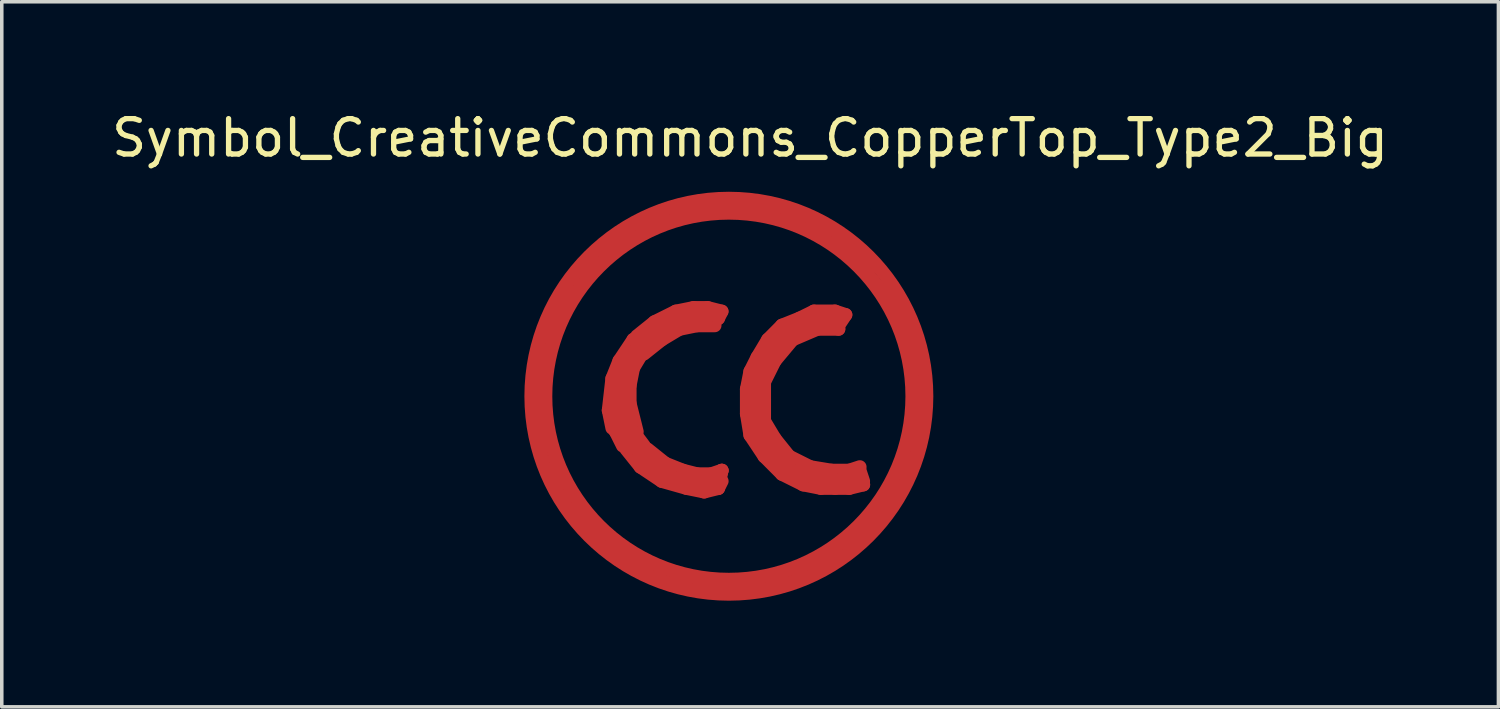
<source format=kicad_pcb>
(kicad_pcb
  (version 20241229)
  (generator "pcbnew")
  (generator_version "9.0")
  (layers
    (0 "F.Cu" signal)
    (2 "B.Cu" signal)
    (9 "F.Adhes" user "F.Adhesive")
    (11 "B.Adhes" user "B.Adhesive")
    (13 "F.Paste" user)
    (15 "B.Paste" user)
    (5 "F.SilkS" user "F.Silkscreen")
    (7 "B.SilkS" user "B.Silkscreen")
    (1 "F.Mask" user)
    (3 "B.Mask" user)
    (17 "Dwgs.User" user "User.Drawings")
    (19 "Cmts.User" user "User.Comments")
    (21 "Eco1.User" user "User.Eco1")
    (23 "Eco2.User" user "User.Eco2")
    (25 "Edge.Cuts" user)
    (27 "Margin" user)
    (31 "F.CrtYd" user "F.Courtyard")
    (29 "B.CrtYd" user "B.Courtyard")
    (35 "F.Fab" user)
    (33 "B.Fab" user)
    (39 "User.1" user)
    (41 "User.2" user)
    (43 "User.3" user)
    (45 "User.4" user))
  (footprint "Symbol_CreativeCommons_CopperTop_Type2_Big"
    (layer "F.Cu")
    (at 17.549 8.148)
    (property "Reference" "Symbol_CreativeCommons_CopperTop_Type2_Big" (at 0.599 -7.3 0) (layer "F.SilkS") (effects (font (size 1 1) (thickness 0.15))))
    (attr exclude_from_pos_files exclude_from_bom)
    (fp_line (start -5.4 0.099) (end -5.199 1.3) (stroke (width 0.381) (type solid)) (layer "F.Cu"))
    (fp_line (start -5.301 -1.1) (end -5.4 0.099) (stroke (width 0.381) (type solid)) (layer "F.Cu"))
    (fp_line (start -5.199 1.3) (end -4.801 2.4) (stroke (width 0.381) (type solid)) (layer "F.Cu"))
    (fp_line (start -5.001 -2.101) (end -5.301 -1.1) (stroke (width 0.381) (type solid)) (layer "F.Cu"))
    (fp_line (start -4.801 2.4) (end -3.8 3.899) (stroke (width 0.381) (type solid)) (layer "F.Cu"))
    (fp_line (start -4.501 -3) (end -5.001 -2.101) (stroke (width 0.381) (type solid)) (layer "F.Cu"))
    (fp_line (start -4 -3.599) (end -4.501 -3) (stroke (width 0.381) (type solid)) (layer "F.Cu"))
    (fp_line (start -3.8 3.899) (end -2.601 4.801) (stroke (width 0.381) (type solid)) (layer "F.Cu"))
    (fp_line (start -3.401 0.399) (end -3.299 0.899) (stroke (width 0.381) (type solid)) (layer "F.Cu"))
    (fp_line (start -3.299 -4.201) (end -4 -3.599) (stroke (width 0.381) (type solid)) (layer "F.Cu"))
    (fp_line (start -3.299 -0.5) (end -3.401 0.399) (stroke (width 0.381) (type solid)) (layer "F.Cu"))
    (fp_line (start -3.299 -0.3) (end -3.299 0.401) (stroke (width 0.381) (type solid)) (layer "F.Cu"))
    (fp_line (start -3.299 0.401) (end -3.2 1.001) (stroke (width 0.381) (type solid)) (layer "F.Cu"))
    (fp_line (start -3.299 0.8) (end -3 1.4) (stroke (width 0.381) (type solid)) (layer "F.Cu"))
    (fp_line (start -3.099 -1.001) (end -3.299 -0.5) (stroke (width 0.381) (type solid)) (layer "F.Cu"))
    (fp_line (start -3.099 -0.899) (end -3.299 -0.3) (stroke (width 0.381) (type solid)) (layer "F.Cu"))
    (fp_line (start -3.099 0) (end -3 -0.599) (stroke (width 0.381) (type solid)) (layer "F.Cu"))
    (fp_line (start -3 -0.8) (end -2.7 -1.3) (stroke (width 0.381) (type solid)) (layer "F.Cu"))
    (fp_line (start -3 0.701) (end -3.099 0) (stroke (width 0.381) (type solid)) (layer "F.Cu"))
    (fp_line (start -2.997 1.199) (end -2.598 1.199) (stroke (width 0.381) (type solid)) (layer "F.Cu"))
    (fp_line (start -2.898 1.499) (end -2.497 1.999) (stroke (width 0.381) (type solid)) (layer "F.Cu"))
    (fp_line (start -2.799 -0.3) (end -2.799 0.201) (stroke (width 0.381) (type solid)) (layer "F.Cu"))
    (fp_line (start -2.799 0.201) (end -2.598 1.001) (stroke (width 0.381) (type solid)) (layer "F.Cu"))
    (fp_line (start -2.799 1.4) (end -3 0.701) (stroke (width 0.381) (type solid)) (layer "F.Cu"))
    (fp_line (start -2.7 -4.699) (end -3.299 -4.201) (stroke (width 0.381) (type solid)) (layer "F.Cu"))
    (fp_line (start -2.7 -1.6) (end -3.099 -1.001) (stroke (width 0.381) (type solid)) (layer "F.Cu"))
    (fp_line (start -2.7 -1.1) (end -2.2 -1.6) (stroke (width 0.381) (type solid)) (layer "F.Cu"))
    (fp_line (start -2.7 -0.8) (end -2.799 -0.3) (stroke (width 0.381) (type solid)) (layer "F.Cu"))
    (fp_line (start -2.697 1.001) (end -2.398 1.4) (stroke (width 0.381) (type solid)) (layer "F.Cu"))
    (fp_line (start -2.601 4.801) (end -1.3 5.301) (stroke (width 0.381) (type solid)) (layer "F.Cu"))
    (fp_line (start -2.598 -1.6) (end -3.099 -0.899) (stroke (width 0.381) (type solid)) (layer "F.Cu"))
    (fp_line (start -2.499 -1.699) (end -2.7 -1.6) (stroke (width 0.381) (type solid)) (layer "F.Cu"))
    (fp_line (start -2.497 1.999) (end -1.897 2.4) (stroke (width 0.381) (type solid)) (layer "F.Cu"))
    (fp_line (start -2.4 -1.3) (end -2.7 -0.8) (stroke (width 0.381) (type solid)) (layer "F.Cu"))
    (fp_line (start -2.296 1.499) (end -1.796 1.9) (stroke (width 0.381) (type solid)) (layer "F.Cu"))
    (fp_line (start -2.296 1.798) (end -2.797 1.298) (stroke (width 0.381) (type solid)) (layer "F.Cu"))
    (fp_line (start -2.2 -1.699) (end -1.699 -1.999) (stroke (width 0.381) (type solid)) (layer "F.Cu"))
    (fp_line (start -2.101 -2.098) (end -2.598 -1.699) (stroke (width 0.381) (type solid)) (layer "F.Cu"))
    (fp_line (start -1.999 -4.9) (end -2.7 -4.699) (stroke (width 0.381) (type solid)) (layer "F.Cu"))
    (fp_line (start -1.9 -1.598) (end -2.4 -1.199) (stroke (width 0.381) (type solid)) (layer "F.Cu"))
    (fp_line (start -1.897 2.4) (end -1.196 2.598) (stroke (width 0.381) (type solid)) (layer "F.Cu"))
    (fp_line (start -1.796 1.9) (end -1.298 2.098) (stroke (width 0.381) (type solid)) (layer "F.Cu"))
    (fp_line (start -1.699 -1.999) (end -1.199 -2.2) (stroke (width 0.381) (type solid)) (layer "F.Cu"))
    (fp_line (start -1.598 2.299) (end -2.296 1.798) (stroke (width 0.381) (type solid)) (layer "F.Cu"))
    (fp_line (start -1.499 -2.398) (end -2.101 -2.098) (stroke (width 0.381) (type solid)) (layer "F.Cu"))
    (fp_line (start -1.4 -1.897) (end -1.9 -1.598) (stroke (width 0.381) (type solid)) (layer "F.Cu"))
    (fp_line (start -1.3 -5.1) (end -1.999 -4.9) (stroke (width 0.381) (type solid)) (layer "F.Cu"))
    (fp_line (start -1.3 5.301) (end 0.099 5.301) (stroke (width 0.381) (type solid)) (layer "F.Cu"))
    (fp_line (start -1.298 2.098) (end -0.897 2.2) (stroke (width 0.381) (type solid)) (layer "F.Cu"))
    (fp_line (start -1.199 -2.2) (end -0.699 -2.2) (stroke (width 0.381) (type solid)) (layer "F.Cu"))
    (fp_line (start -1.196 2.598) (end -0.696 2.7) (stroke (width 0.381) (type solid)) (layer "F.Cu"))
    (fp_line (start -1.001 -2.499) (end -1.499 -2.398) (stroke (width 0.381) (type solid)) (layer "F.Cu"))
    (fp_line (start -0.899 -1.999) (end -1.4 -1.897) (stroke (width 0.381) (type solid)) (layer "F.Cu"))
    (fp_line (start -0.897 2.2) (end -0.498 2.2) (stroke (width 0.381) (type solid)) (layer "F.Cu"))
    (fp_line (start -0.897 2.499) (end -1.598 2.299) (stroke (width 0.381) (type solid)) (layer "F.Cu"))
    (fp_line (start -0.701 2.7) (end -0.3 2.601) (stroke (width 0.381) (type solid)) (layer "F.Cu"))
    (fp_line (start -0.699 -2.2) (end -0.3 -2.2) (stroke (width 0.381) (type solid)) (layer "F.Cu"))
    (fp_line (start -0.599 -2.499) (end -1.001 -2.499) (stroke (width 0.381) (type solid)) (layer "F.Cu"))
    (fp_line (start -0.5 -5.4) (end -1.3 -5.1) (stroke (width 0.381) (type solid)) (layer "F.Cu"))
    (fp_line (start -0.498 2.2) (end -0.198 2.098) (stroke (width 0.381) (type solid)) (layer "F.Cu"))
    (fp_line (start -0.399 -1.999) (end -0.899 -1.999) (stroke (width 0.381) (type solid)) (layer "F.Cu"))
    (fp_line (start -0.3 -2.2) (end -0.201 -2.398) (stroke (width 0.381) (type solid)) (layer "F.Cu"))
    (fp_line (start -0.3 2.601) (end -0.201 2.101) (stroke (width 0.381) (type solid)) (layer "F.Cu"))
    (fp_line (start -0.297 2.4) (end -0.897 2.499) (stroke (width 0.381) (type solid)) (layer "F.Cu"))
    (fp_line (start -0.201 -2.398) (end -0.599 -2.499) (stroke (width 0.381) (type solid)) (layer "F.Cu"))
    (fp_line (start -0.198 2.098) (end -0.297 2.4) (stroke (width 0.381) (type solid)) (layer "F.Cu"))
    (fp_line (start -0.198 2.4) (end -0.297 2.598) (stroke (width 0.381) (type solid)) (layer "F.Cu"))
    (fp_line (start 0 -5.4) (end -0.5 -5.4) (stroke (width 0.381) (type solid)) (layer "F.Cu"))
    (fp_line (start 0.099 5.301) (end 1.6 5.199) (stroke (width 0.381) (type solid)) (layer "F.Cu"))
    (fp_line (start 0.503 -0.201) (end 0.503 0.498) (stroke (width 0.381) (type solid)) (layer "F.Cu"))
    (fp_line (start 0.503 0.498) (end 0.602 1.1) (stroke (width 0.381) (type solid)) (layer "F.Cu"))
    (fp_line (start 0.602 -0.701) (end 0.503 -0.201) (stroke (width 0.381) (type solid)) (layer "F.Cu"))
    (fp_line (start 0.602 1.1) (end 1.001 1.699) (stroke (width 0.381) (type solid)) (layer "F.Cu"))
    (fp_line (start 0.701 -0.3) (end 1.001 -1.001) (stroke (width 0.381) (type solid)) (layer "F.Cu"))
    (fp_line (start 0.803 -1.1) (end 0.602 -0.701) (stroke (width 0.381) (type solid)) (layer "F.Cu"))
    (fp_line (start 0.803 0.699) (end 0.701 -0.3) (stroke (width 0.381) (type solid)) (layer "F.Cu"))
    (fp_line (start 1.001 -1.001) (end 1.603 -1.702) (stroke (width 0.381) (type solid)) (layer "F.Cu"))
    (fp_line (start 1.001 -0.401) (end 1.001 0.099) (stroke (width 0.381) (type solid)) (layer "F.Cu"))
    (fp_line (start 1.001 0.099) (end 1.001 0.699) (stroke (width 0.381) (type solid)) (layer "F.Cu"))
    (fp_line (start 1.001 0.699) (end 1.3 1.199) (stroke (width 0.381) (type solid)) (layer "F.Cu"))
    (fp_line (start 1.001 1.699) (end 1.501 2.2) (stroke (width 0.381) (type solid)) (layer "F.Cu"))
    (fp_line (start 1.102 -1.6) (end 0.803 -1.1) (stroke (width 0.381) (type solid)) (layer "F.Cu"))
    (fp_line (start 1.201 1.6) (end 0.803 0.699) (stroke (width 0.381) (type solid)) (layer "F.Cu"))
    (fp_line (start 1.3 -1.001) (end 1.001 -0.401) (stroke (width 0.381) (type solid)) (layer "F.Cu"))
    (fp_line (start 1.3 1.199) (end 1.702 1.699) (stroke (width 0.381) (type solid)) (layer "F.Cu"))
    (fp_line (start 1.4 -5.199) (end 0 -5.301) (stroke (width 0.381) (type solid)) (layer "F.Cu"))
    (fp_line (start 1.501 -2.002) (end 1.102 -1.6) (stroke (width 0.381) (type solid)) (layer "F.Cu"))
    (fp_line (start 1.501 2.2) (end 2.101 2.499) (stroke (width 0.381) (type solid)) (layer "F.Cu"))
    (fp_line (start 1.6 5.199) (end 2.601 4.699) (stroke (width 0.381) (type solid)) (layer "F.Cu"))
    (fp_line (start 1.603 -1.702) (end 2.301 -2.101) (stroke (width 0.381) (type solid)) (layer "F.Cu"))
    (fp_line (start 1.702 1.699) (end 2.301 1.999) (stroke (width 0.381) (type solid)) (layer "F.Cu"))
    (fp_line (start 1.801 -1.6) (end 1.3 -1.001) (stroke (width 0.381) (type solid)) (layer "F.Cu"))
    (fp_line (start 1.801 2.098) (end 1.201 1.6) (stroke (width 0.381) (type solid)) (layer "F.Cu"))
    (fp_line (start 2.002 -2.202) (end 1.501 -2.002) (stroke (width 0.381) (type solid)) (layer "F.Cu"))
    (fp_line (start 2.101 2.499) (end 2.601 2.598) (stroke (width 0.381) (type solid)) (layer "F.Cu"))
    (fp_line (start 2.301 -2.101) (end 3.002 -2.101) (stroke (width 0.381) (type solid)) (layer "F.Cu"))
    (fp_line (start 2.301 1.999) (end 2.901 2.098) (stroke (width 0.381) (type solid)) (layer "F.Cu"))
    (fp_line (start 2.4 -4.801) (end 1.4 -5.199) (stroke (width 0.381) (type solid)) (layer "F.Cu"))
    (fp_line (start 2.403 -2.4) (end 2.002 -2.202) (stroke (width 0.381) (type solid)) (layer "F.Cu"))
    (fp_line (start 2.502 -1.9) (end 1.801 -1.6) (stroke (width 0.381) (type solid)) (layer "F.Cu"))
    (fp_line (start 2.601 2.598) (end 3.002 2.598) (stroke (width 0.381) (type solid)) (layer "F.Cu"))
    (fp_line (start 2.601 4.699) (end 4.201 3.401) (stroke (width 0.381) (type solid)) (layer "F.Cu"))
    (fp_line (start 2.802 2.4) (end 1.801 2.098) (stroke (width 0.381) (type solid)) (layer "F.Cu"))
    (fp_line (start 2.901 2.098) (end 3.401 2.098) (stroke (width 0.381) (type solid)) (layer "F.Cu"))
    (fp_line (start 3 -2.4) (end 3.299 -2.301) (stroke (width 0.381) (type solid)) (layer "F.Cu"))
    (fp_line (start 3.002 -2.4) (end 2.403 -2.4) (stroke (width 0.381) (type solid)) (layer "F.Cu"))
    (fp_line (start 3.002 -2.101) (end 3.101 -1.9) (stroke (width 0.381) (type solid)) (layer "F.Cu"))
    (fp_line (start 3.002 2.598) (end 3.401 2.598) (stroke (width 0.381) (type solid)) (layer "F.Cu"))
    (fp_line (start 3.101 -1.9) (end 2.502 -1.9) (stroke (width 0.381) (type solid)) (layer "F.Cu"))
    (fp_line (start 3.299 -2.301) (end 3.099 -1.999) (stroke (width 0.381) (type solid)) (layer "F.Cu"))
    (fp_line (start 3.401 -4.1) (end 2.4 -4.801) (stroke (width 0.381) (type solid)) (layer "F.Cu"))
    (fp_line (start 3.401 2.098) (end 3.701 1.999) (stroke (width 0.381) (type solid)) (layer "F.Cu"))
    (fp_line (start 3.401 2.598) (end 3.802 2.499) (stroke (width 0.381) (type solid)) (layer "F.Cu"))
    (fp_line (start 3.701 2.101) (end 3.8 2.4) (stroke (width 0.381) (type solid)) (layer "F.Cu"))
    (fp_line (start 3.701 2.299) (end 2.802 2.4) (stroke (width 0.381) (type solid)) (layer "F.Cu"))
    (fp_line (start 3.802 2.499) (end 3.701 2.299) (stroke (width 0.381) (type solid)) (layer "F.Cu"))
    (fp_line (start 4.201 3.401) (end 5.001 1.801) (stroke (width 0.381) (type solid)) (layer "F.Cu"))
    (fp_line (start 4.699 -2.499) (end 3.401 -4.1) (stroke (width 0.381) (type solid)) (layer "F.Cu"))
    (fp_line (start 5.001 1.801) (end 5.4 0.3) (stroke (width 0.381) (type solid)) (layer "F.Cu"))
    (fp_line (start 5.199 -1.4) (end 4.699 -2.499) (stroke (width 0.381) (type solid)) (layer "F.Cu"))
    (fp_line (start 5.4 0.3) (end 5.199 -1.4) (stroke (width 0.381) (type solid)) (layer "F.Cu"))
    (fp_circle (center 0 0) (end 5.08 1.016) (stroke (width 0.381) (type solid)) (fill no) (layer "F.Cu"))
    (fp_circle (center 0 0) (end 5.588 0) (stroke (width 0.381) (type solid)) (fill no) (layer "F.Cu")))
  (gr_rect
    (start -3 -3)
    (end 39.298 16.927)
    (stroke (width 0.1) (type default))
    (fill no)
    (layer "Edge.Cuts")))
</source>
